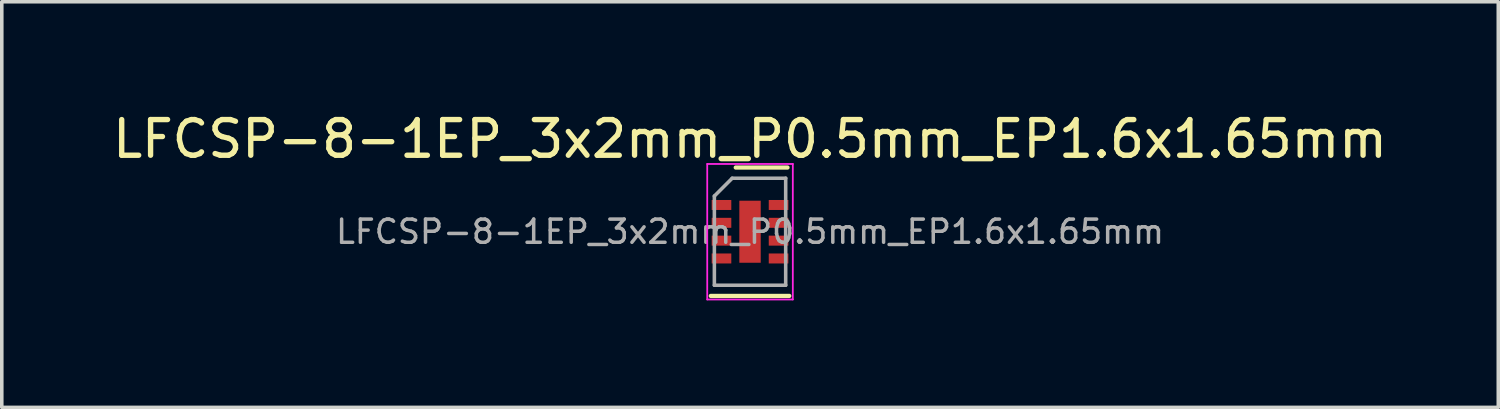
<source format=kicad_pcb>
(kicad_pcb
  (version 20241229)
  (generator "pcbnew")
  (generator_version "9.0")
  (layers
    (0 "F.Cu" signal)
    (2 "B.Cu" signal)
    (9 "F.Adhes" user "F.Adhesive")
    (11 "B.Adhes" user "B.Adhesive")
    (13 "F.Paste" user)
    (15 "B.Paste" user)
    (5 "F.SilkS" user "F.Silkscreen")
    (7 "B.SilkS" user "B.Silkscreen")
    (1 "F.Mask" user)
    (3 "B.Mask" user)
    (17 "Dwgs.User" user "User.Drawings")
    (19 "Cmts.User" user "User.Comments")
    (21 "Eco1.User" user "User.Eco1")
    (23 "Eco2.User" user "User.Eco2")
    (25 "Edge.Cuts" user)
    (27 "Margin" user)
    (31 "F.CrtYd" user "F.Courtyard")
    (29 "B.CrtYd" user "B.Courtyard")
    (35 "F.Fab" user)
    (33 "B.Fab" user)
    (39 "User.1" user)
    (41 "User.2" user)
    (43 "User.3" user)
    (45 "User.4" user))
  (footprint "LFCSP-8-1EP_3x2mm_P0.5mm_EP1.6x1.65mm"
    (layer "F.Cu")
    (at 17.982 3.448)
    (property "Reference" "LFCSP-8-1EP_3x2mm_P0.5mm_EP1.6x1.65mm" (at 0 -2.6 0) (layer "F.SilkS") (effects (font (size 1 1) (thickness 0.15))))
    (attr smd)
    (fp_line (start -0.4 -1.8) (end 1.05 -1.8) (stroke (width 0.12) (type solid)) (layer "F.SilkS"))
    (fp_line (start 1.1 1.8) (end -1.1 1.8) (stroke (width 0.12) (type solid)) (layer "F.SilkS"))
    (fp_line (start -1.2 -1.9) (end 1.2 -1.9) (stroke (width 0.05) (type solid)) (layer "F.CrtYd"))
    (fp_line (start -1.2 1.9) (end -1.2 -1.9) (stroke (width 0.05) (type solid)) (layer "F.CrtYd"))
    (fp_line (start 1.2 -1.9) (end 1.2 1.9) (stroke (width 0.05) (type solid)) (layer "F.CrtYd"))
    (fp_line (start 1.2 1.9) (end -1.2 1.9) (stroke (width 0.05) (type solid)) (layer "F.CrtYd"))
    (fp_line (start -1 -1) (end -1 1.5) (stroke (width 0.1) (type solid)) (layer "F.Fab"))
    (fp_line (start -1 1.5) (end 1 1.5) (stroke (width 0.1) (type solid)) (layer "F.Fab"))
    (fp_line (start -0.5 -1.5) (end -1 -1) (stroke (width 0.1) (type solid)) (layer "F.Fab"))
    (fp_line (start -0.5 -1.5) (end 1 -1.5) (stroke (width 0.1) (type solid)) (layer "F.Fab"))
    (fp_line (start 1 1.5) (end 1 -1.5) (stroke (width 0.1) (type solid)) (layer "F.Fab"))
    (fp_text user "${REFERENCE}" (at 0 0 180) (layer "F.Fab") (effects (font (size 0.65 0.65) (thickness 0.098))))
    (pad "1" smd rect (at -0.8 -0.75) (size 0.55 0.28) (layers "F.Cu" "F.Mask" "F.Paste"))
    (pad "2" smd rect (at -0.8 -0.25) (size 0.55 0.28) (layers "F.Cu" "F.Mask" "F.Paste"))
    (pad "3" smd rect (at -0.8 0.25) (size 0.55 0.28) (layers "F.Cu" "F.Mask" "F.Paste"))
    (pad "4" smd rect (at -0.8 0.75) (size 0.55 0.28) (layers "F.Cu" "F.Mask" "F.Paste"))
    (pad "5" smd rect (at 0.8 0.75) (size 0.55 0.28) (layers "F.Cu" "F.Mask" "F.Paste"))
    (pad "6" smd rect (at 0.8 0.25) (size 0.55 0.28) (layers "F.Cu" "F.Mask" "F.Paste"))
    (pad "7" smd rect (at 0.8 -0.25) (size 0.55 0.28) (layers "F.Cu" "F.Mask" "F.Paste"))
    (pad "8" smd rect (at 0.8 -0.75) (size 0.55 0.28) (layers "F.Cu" "F.Mask" "F.Paste"))
    (pad "9" smd rect (at 0 0) (size 0.6 1.74) (layers "F.Cu" "F.Mask" "F.Paste")))
  (gr_rect
    (start -3 -3)
    (end 38.964 8.373)
    (stroke (width 0.1) (type default))
    (fill no)
    (layer "Edge.Cuts")))
</source>
